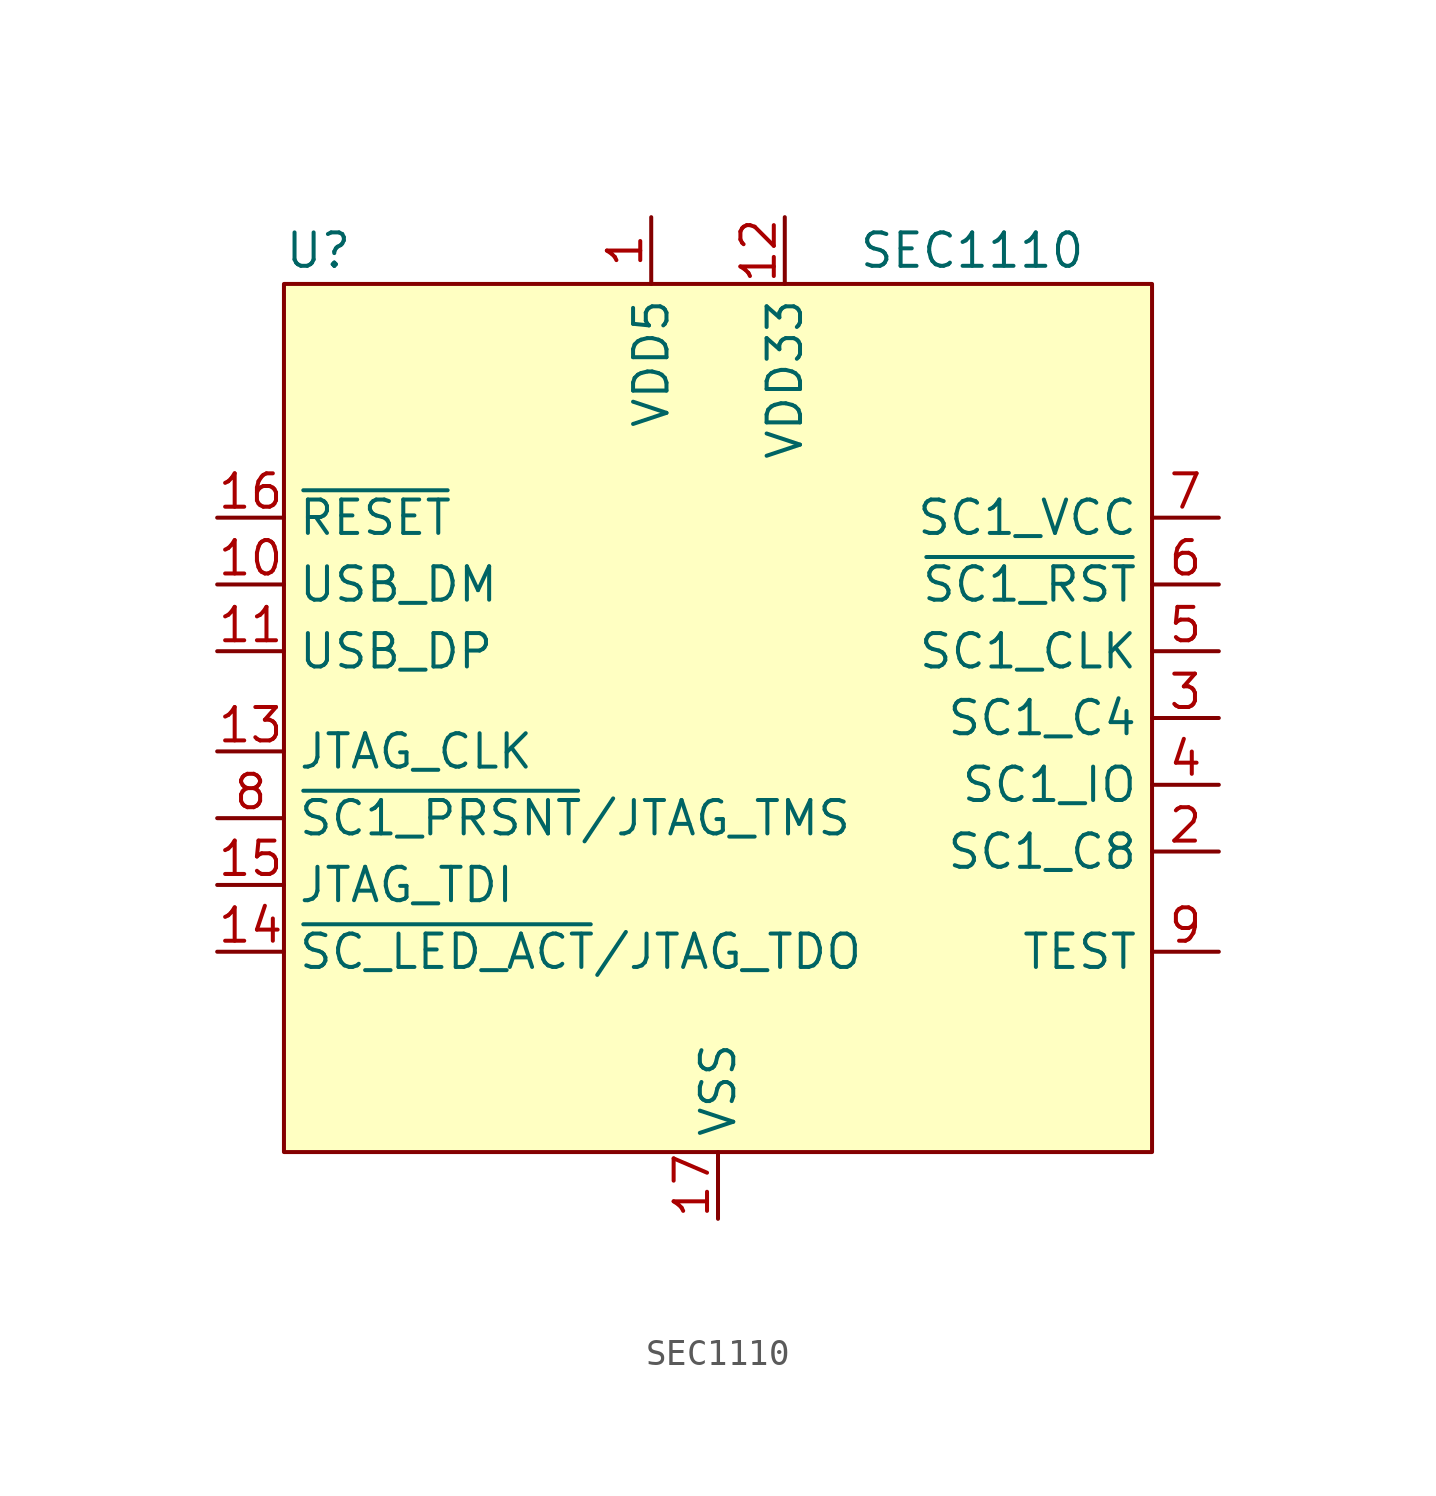
<source format=kicad_sym>
(kicad_symbol_lib
  (version 20241209)
  (generator "kicad_symbol_editor")
  (generator_version "9.0")
  (symbol "SEC1110"
    (property "Reference" "U"
      (at -16.51 17.78 0)
      (effects (font (size 1.27 1.27)) (justify left)))
    (property "Value" "SEC1110"
      (at 5.334 17.78 0)
      (effects (font (size 1.27 1.27)) (justify left)))
    (symbol "SEC1110_1_0"
      (pin input line (at -19.05 7.62 0) (length 2.54) (name "~{RESET}" (effects (font (size 1.27 1.27)))) (number "16" (effects (font (size 1.27 1.27)))))
      (pin bidirectional line (at -19.05 5.08 0) (length 2.54) (name "USB_DM" (effects (font (size 1.27 1.27)))) (number "10" (effects (font (size 1.27 1.27)))))
      (pin bidirectional line (at -19.05 2.54 0) (length 2.54) (name "USB_DP" (effects (font (size 1.27 1.27)))) (number "11" (effects (font (size 1.27 1.27)))))
      (pin input line (at -19.05 -1.27 0) (length 2.54) (name "JTAG_CLK" (effects (font (size 1.27 1.27)))) (number "13" (effects (font (size 1.27 1.27)))))
      (pin bidirectional line (at -19.05 -3.81 0) (length 2.54) (name "~{SC1_PRSNT}/JTAG_TMS" (effects (font (size 1.27 1.27)))) (number "8" (effects (font (size 1.27 1.27)))))
      (pin input line (at -19.05 -6.35 0) (length 2.54) (name "JTAG_TDI" (effects (font (size 1.27 1.27)))) (number "15" (effects (font (size 1.27 1.27)))))
      (pin bidirectional line (at -19.05 -8.89 0) (length 2.54) (name "~{SC_LED_ACT}/JTAG_TDO" (effects (font (size 1.27 1.27)))) (number "14" (effects (font (size 1.27 1.27)))))
      (pin power_in line (at 0 -19.05 90) (length 2.54) (name "VSS" (effects (font (size 1.27 1.27)))) (number "17" (effects (font (size 1.27 1.27)))))
      (pin power_out line (at 2.54 19.05 270) (length 2.54) (name "VDD33" (effects (font (size 1.27 1.27)))) (number "12" (effects (font (size 1.27 1.27)))))
      (pin power_out line (at 19.05 7.62 180) (length 2.54) (name "SC1_VCC" (effects (font (size 1.27 1.27)))) (number "7" (effects (font (size 1.27 1.27)))))
      (pin output line (at 19.05 5.08 180) (length 2.54) (name "~{SC1_RST}" (effects (font (size 1.27 1.27)))) (number "6" (effects (font (size 1.27 1.27)))))
      (pin output line (at 19.05 2.54 180) (length 2.54) (name "SC1_CLK" (effects (font (size 1.27 1.27)))) (number "5" (effects (font (size 1.27 1.27)))))
      (pin bidirectional line (at 19.05 0 180) (length 2.54) (name "SC1_C4" (effects (font (size 1.27 1.27)))) (number "3" (effects (font (size 1.27 1.27)))))
      (pin bidirectional line (at 19.05 -2.54 180) (length 2.54) (name "SC1_IO" (effects (font (size 1.27 1.27)))) (number "4" (effects (font (size 1.27 1.27)))))
      (pin input line (at 19.05 -8.89 180) (length 2.54) (name "TEST" (effects (font (size 1.27 1.27)))) (number "9" (effects (font (size 1.27 1.27))))))
    (symbol "SEC1110_1_1"
      (rectangle (start -16.51 16.51) (end 16.51 -16.51) (stroke (width 0) (type solid)) (fill (type background)))
      (pin power_in line (at -2.54 19.05 270) (length 2.54) (name "VDD5" (effects (font (size 1.27 1.27)))) (number "1" (effects (font (size 1.27 1.27)))))
      (pin bidirectional line (at 19.05 -5.08 180) (length 2.54) (name "SC1_C8" (effects (font (size 1.27 1.27)))) (number "2" (effects (font (size 1.27 1.27))))))))
</source>
